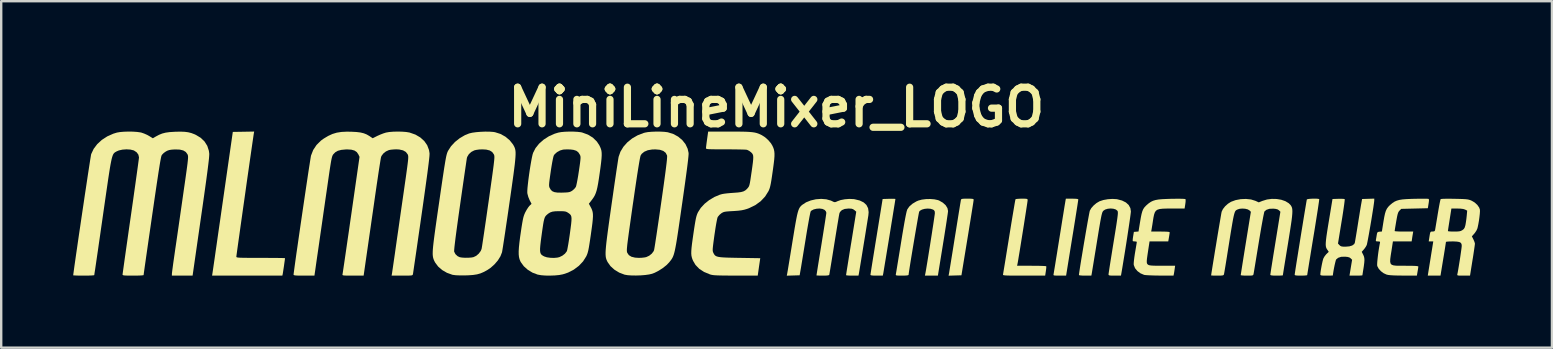
<source format=kicad_pcb>
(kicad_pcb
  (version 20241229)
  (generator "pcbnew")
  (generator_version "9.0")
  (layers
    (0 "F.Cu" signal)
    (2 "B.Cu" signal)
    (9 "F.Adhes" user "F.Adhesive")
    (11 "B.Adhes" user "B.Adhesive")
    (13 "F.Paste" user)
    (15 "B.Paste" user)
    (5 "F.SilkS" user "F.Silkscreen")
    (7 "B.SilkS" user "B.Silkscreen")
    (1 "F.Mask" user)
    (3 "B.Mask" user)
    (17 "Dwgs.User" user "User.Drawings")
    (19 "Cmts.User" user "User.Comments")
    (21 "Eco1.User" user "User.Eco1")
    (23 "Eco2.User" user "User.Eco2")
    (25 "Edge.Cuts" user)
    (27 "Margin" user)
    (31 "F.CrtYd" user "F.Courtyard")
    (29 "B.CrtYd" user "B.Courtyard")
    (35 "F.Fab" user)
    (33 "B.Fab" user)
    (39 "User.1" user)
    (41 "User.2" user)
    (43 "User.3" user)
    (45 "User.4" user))
  (footprint "MiniLineMixer_LOGO"
    (layer "F.Cu")
    (at 29.291 5.418)
    (property "Reference" "MiniLineMixer_LOGO" (at 0 -4 0) (layer "F.SilkS") (effects (font (size 1.524 1.524) (thickness 0.3))))
    (attr board_only exclude_from_pos_files exclude_from_bom)
    (fp_poly (pts (xy 4.896 -0.187) (xy 4.949 -0.183) (xy 4.959 -0.179) (xy 4.955 -0.149) (xy 4.943 -0.071) (xy 4.924 0.05) (xy 4.898 0.206) (xy 4.868 0.394) (xy 4.834 0.606) (xy 4.796 0.837) (xy 4.757 1.081) (xy 4.716 1.332) (xy 4.675 1.584) (xy 4.634 1.831) (xy 4.595 2.067) (xy 4.559 2.288) (xy 4.526 2.485) (xy 4.498 2.655) (xy 4.476 2.79) (xy 4.46 2.885) (xy 4.451 2.935) (xy 4.45 2.939) (xy 4.434 3.014) (xy 4.176 3.014) (xy 4.046 3.012) (xy 3.965 3.005) (xy 3.925 2.991) (xy 3.919 2.98) (xy 3.924 2.947) (xy 3.936 2.865) (xy 3.956 2.739) (xy 3.982 2.574) (xy 4.014 2.374) (xy 4.051 2.144) (xy 4.092 1.89) (xy 4.136 1.616) (xy 4.174 1.384) (xy 4.427 -0.178) (xy 4.693 -0.186) (xy 4.807 -0.188)) (stroke (width 0) (type solid)) (fill yes) (layer "F.SilkS"))
    (fp_poly (pts (xy 12.449 -0.189) (xy 12.531 -0.182) (xy 12.571 -0.169) (xy 12.577 -0.158) (xy 12.573 -0.125) (xy 12.561 -0.043) (xy 12.542 0.083) (xy 12.516 0.249) (xy 12.484 0.449) (xy 12.448 0.678) (xy 12.407 0.933) (xy 12.363 1.207) (xy 12.324 1.445) (xy 12.07 3.014) (xy 11.802 3.014) (xy 11.68 3.013) (xy 11.602 3.01) (xy 11.561 3.003) (xy 11.545 2.988) (xy 11.546 2.963) (xy 11.548 2.952) (xy 11.555 2.914) (xy 11.569 2.827) (xy 11.591 2.696) (xy 11.619 2.527) (xy 11.651 2.325) (xy 11.689 2.094) (xy 11.729 1.84) (xy 11.773 1.569) (xy 11.796 1.425) (xy 11.841 1.146) (xy 11.883 0.882) (xy 11.922 0.637) (xy 11.958 0.418) (xy 11.988 0.229) (xy 12.013 0.076) (xy 12.032 -0.036) (xy 12.043 -0.102) (xy 12.045 -0.116) (xy 12.06 -0.192) (xy 12.319 -0.192)) (stroke (width 0) (type solid)) (fill yes) (layer "F.SilkS"))
    (fp_poly (pts (xy 8.082 -0.191) (xy 8.159 -0.186) (xy 8.2 -0.177) (xy 8.217 -0.16) (xy 8.219 -0.144) (xy 8.214 -0.109) (xy 8.202 -0.024) (xy 8.182 0.104) (xy 8.155 0.272) (xy 8.123 0.473) (xy 8.086 0.704) (xy 8.044 0.959) (xy 8 1.233) (xy 7.964 1.452) (xy 7.71 3) (xy 7.442 3.008) (xy 7.174 3.016) (xy 7.189 2.94) (xy 7.197 2.899) (xy 7.211 2.809) (xy 7.233 2.675) (xy 7.261 2.504) (xy 7.294 2.299) (xy 7.332 2.066) (xy 7.373 1.811) (xy 7.416 1.539) (xy 7.439 1.397) (xy 7.484 1.119) (xy 7.526 0.856) (xy 7.565 0.613) (xy 7.6 0.395) (xy 7.631 0.208) (xy 7.655 0.057) (xy 7.674 -0.053) (xy 7.684 -0.117) (xy 7.687 -0.13) (xy 7.696 -0.159) (xy 7.717 -0.177) (xy 7.759 -0.187) (xy 7.834 -0.191) (xy 7.952 -0.192) (xy 7.96 -0.192)) (stroke (width 0) (type solid)) (fill yes) (layer "F.SilkS"))
    (fp_poly (pts (xy 22.495 -0.192) (xy 22.572 -0.185) (xy 22.612 -0.174) (xy 22.614 -0.171) (xy 22.612 -0.141) (xy 22.602 -0.062) (xy 22.584 0.062) (xy 22.56 0.225) (xy 22.529 0.423) (xy 22.493 0.65) (xy 22.453 0.903) (xy 22.409 1.176) (xy 22.37 1.411) (xy 22.323 1.697) (xy 22.279 1.966) (xy 22.239 2.215) (xy 22.202 2.438) (xy 22.171 2.63) (xy 22.146 2.786) (xy 22.127 2.902) (xy 22.116 2.973) (xy 22.113 2.993) (xy 22.087 3.002) (xy 22.018 3.009) (xy 21.919 3.013) (xy 21.852 3.014) (xy 21.724 3.012) (xy 21.644 3.006) (xy 21.602 2.994) (xy 21.591 2.977) (xy 21.596 2.943) (xy 21.608 2.861) (xy 21.627 2.736) (xy 21.652 2.575) (xy 21.682 2.385) (xy 21.717 2.169) (xy 21.754 1.936) (xy 21.794 1.689) (xy 21.834 1.437) (xy 21.875 1.183) (xy 21.916 0.935) (xy 21.954 0.699) (xy 21.99 0.479) (xy 22.023 0.282) (xy 22.051 0.115) (xy 22.073 -0.018) (xy 22.089 -0.11) (xy 22.097 -0.154) (xy 22.098 -0.158) (xy 22.129 -0.172) (xy 22.199 -0.183) (xy 22.293 -0.19) (xy 22.397 -0.193)) (stroke (width 0) (type solid)) (fill yes) (layer "F.SilkS"))
    (fp_poly (pts (xy -21.769 -2.898) (xy -21.777 -2.848) (xy -21.791 -2.751) (xy -21.812 -2.609) (xy -21.838 -2.429) (xy -21.869 -2.215) (xy -21.904 -1.971) (xy -21.943 -1.702) (xy -21.984 -1.413) (xy -22.028 -1.108) (xy -22.073 -0.792) (xy -22.118 -0.469) (xy -22.164 -0.145) (xy -22.21 0.176) (xy -22.254 0.491) (xy -22.297 0.793) (xy -22.337 1.078) (xy -22.374 1.343) (xy -22.408 1.581) (xy -22.437 1.789) (xy -22.461 1.962) (xy -22.479 2.095) (xy -22.491 2.184) (xy -22.495 2.224) (xy -22.496 2.225) (xy -22.493 2.238) (xy -22.481 2.248) (xy -22.456 2.256) (xy -22.411 2.263) (xy -22.342 2.267) (xy -22.243 2.27) (xy -22.11 2.272) (xy -21.937 2.274) (xy -21.719 2.274) (xy -21.482 2.274) (xy -21.252 2.275) (xy -21.041 2.276) (xy -20.854 2.277) (xy -20.697 2.279) (xy -20.576 2.281) (xy -20.498 2.284) (xy -20.468 2.287) (xy -20.468 2.287) (xy -20.472 2.323) (xy -20.482 2.399) (xy -20.497 2.503) (xy -20.513 2.62) (xy -20.531 2.737) (xy -20.547 2.841) (xy -20.559 2.919) (xy -20.565 2.952) (xy -20.579 3.014) (xy -23.506 3.014) (xy -23.492 2.925) (xy -23.486 2.886) (xy -23.473 2.797) (xy -23.453 2.661) (xy -23.427 2.481) (xy -23.395 2.262) (xy -23.359 2.007) (xy -23.317 1.719) (xy -23.272 1.403) (xy -23.223 1.062) (xy -23.17 0.699) (xy -23.116 0.319) (xy -23.06 -0.069) (xy -22.643 -2.973) (xy -22.198 -2.98) (xy -21.753 -2.988)) (stroke (width 0) (type solid)) (fill yes) (layer "F.SilkS"))
    (fp_poly (pts (xy 10.338 -0.191) (xy 10.41 -0.187) (xy 10.449 -0.178) (xy 10.464 -0.159) (xy 10.467 -0.129) (xy 10.467 -0.127) (xy 10.463 -0.089) (xy 10.451 -0.005) (xy 10.432 0.121) (xy 10.407 0.282) (xy 10.378 0.47) (xy 10.345 0.68) (xy 10.31 0.905) (xy 10.273 1.138) (xy 10.235 1.374) (xy 10.198 1.605) (xy 10.163 1.824) (xy 10.13 2.027) (xy 10.1 2.205) (xy 10.076 2.352) (xy 10.057 2.463) (xy 10.044 2.529) (xy 10.042 2.541) (xy 10.027 2.603) (xy 10.629 2.603) (xy 10.805 2.604) (xy 10.962 2.606) (xy 11.091 2.61) (xy 11.185 2.615) (xy 11.236 2.621) (xy 11.243 2.624) (xy 11.245 2.659) (xy 11.239 2.733) (xy 11.226 2.829) (xy 11.226 2.829) (xy 11.198 3.014) (xy 10.314 3.014) (xy 10.071 3.014) (xy 9.877 3.013) (xy 9.726 3.012) (xy 9.615 3.009) (xy 9.536 3.005) (xy 9.484 2.999) (xy 9.455 2.992) (xy 9.443 2.982) (xy 9.441 2.969) (xy 9.442 2.966) (xy 9.448 2.931) (xy 9.462 2.846) (xy 9.483 2.718) (xy 9.511 2.55) (xy 9.544 2.349) (xy 9.581 2.118) (xy 9.622 1.864) (xy 9.667 1.59) (xy 9.699 1.389) (xy 9.745 1.106) (xy 9.788 0.839) (xy 9.829 0.593) (xy 9.866 0.373) (xy 9.898 0.184) (xy 9.924 0.03) (xy 9.944 -0.082) (xy 9.957 -0.149) (xy 9.961 -0.166) (xy 9.994 -0.178) (xy 10.068 -0.186) (xy 10.17 -0.191) (xy 10.222 -0.192)) (stroke (width 0) (type solid)) (fill yes) (layer "F.SilkS"))
    (fp_poly (pts (xy 6.586 -0.164) (xy 6.733 -0.132) (xy 6.782 -0.113) (xy 6.935 -0.025) (xy 7.053 0.082) (xy 7.127 0.202) (xy 7.152 0.321) (xy 7.148 0.362) (xy 7.136 0.453) (xy 7.116 0.586) (xy 7.091 0.756) (xy 7.06 0.958) (xy 7.024 1.186) (xy 6.985 1.435) (xy 6.942 1.698) (xy 6.941 1.706) (xy 6.729 3.014) (xy 6.188 3.014) (xy 6.204 2.939) (xy 6.218 2.867) (xy 6.238 2.753) (xy 6.263 2.602) (xy 6.293 2.421) (xy 6.326 2.218) (xy 6.361 1.998) (xy 6.398 1.769) (xy 6.434 1.537) (xy 6.47 1.31) (xy 6.503 1.093) (xy 6.534 0.894) (xy 6.56 0.72) (xy 6.581 0.577) (xy 6.596 0.472) (xy 6.603 0.411) (xy 6.603 0.401) (xy 6.594 0.327) (xy 6.558 0.282) (xy 6.523 0.261) (xy 6.421 0.229) (xy 6.3 0.22) (xy 6.177 0.232) (xy 6.065 0.263) (xy 5.982 0.31) (xy 5.951 0.347) (xy 5.942 0.381) (xy 5.926 0.462) (xy 5.904 0.584) (xy 5.876 0.741) (xy 5.844 0.926) (xy 5.808 1.133) (xy 5.77 1.355) (xy 5.731 1.586) (xy 5.692 1.819) (xy 5.654 2.048) (xy 5.618 2.266) (xy 5.585 2.467) (xy 5.557 2.644) (xy 5.534 2.792) (xy 5.518 2.902) (xy 5.509 2.97) (xy 5.507 2.986) (xy 5.481 2.999) (xy 5.406 3.009) (xy 5.288 3.014) (xy 5.236 3.014) (xy 5.112 3.013) (xy 5.033 3.009) (xy 4.991 3.001) (xy 4.975 2.986) (xy 4.976 2.966) (xy 4.982 2.93) (xy 4.997 2.845) (xy 5.018 2.718) (xy 5.045 2.553) (xy 5.077 2.356) (xy 5.114 2.132) (xy 5.154 1.888) (xy 5.193 1.645) (xy 5.248 1.307) (xy 5.297 1.02) (xy 5.338 0.783) (xy 5.374 0.592) (xy 5.404 0.444) (xy 5.428 0.338) (xy 5.449 0.271) (xy 5.456 0.253) (xy 5.541 0.132) (xy 5.67 0.019) (xy 5.831 -0.077) (xy 5.914 -0.113) (xy 6.059 -0.152) (xy 6.232 -0.174) (xy 6.413 -0.178)) (stroke (width 0) (type solid)) (fill yes) (layer "F.SilkS"))
    (fp_poly (pts (xy 14.17 -0.172) (xy 14.193 -0.169) (xy 14.399 -0.115) (xy 14.561 -0.034) (xy 14.678 0.073) (xy 14.748 0.203) (xy 14.769 0.341) (xy 14.764 0.391) (xy 14.752 0.488) (xy 14.733 0.627) (xy 14.708 0.801) (xy 14.678 1.003) (xy 14.644 1.227) (xy 14.608 1.467) (xy 14.569 1.716) (xy 14.529 1.968) (xy 14.489 2.216) (xy 14.45 2.454) (xy 14.414 2.675) (xy 14.38 2.874) (xy 14.371 2.925) (xy 14.355 3.014) (xy 14.096 3.014) (xy 13.975 3.013) (xy 13.899 3.009) (xy 13.857 2.999) (xy 13.84 2.982) (xy 13.837 2.964) (xy 13.841 2.927) (xy 13.854 2.842) (xy 13.873 2.714) (xy 13.899 2.549) (xy 13.93 2.352) (xy 13.966 2.129) (xy 14.005 1.884) (xy 14.044 1.646) (xy 14.092 1.349) (xy 14.132 1.102) (xy 14.164 0.9) (xy 14.188 0.737) (xy 14.206 0.61) (xy 14.218 0.512) (xy 14.225 0.44) (xy 14.226 0.389) (xy 14.223 0.353) (xy 14.217 0.329) (xy 14.208 0.313) (xy 14.144 0.26) (xy 14.044 0.228) (xy 13.926 0.217) (xy 13.805 0.228) (xy 13.698 0.261) (xy 13.624 0.31) (xy 13.607 0.329) (xy 13.592 0.354) (xy 13.576 0.389) (xy 13.561 0.44) (xy 13.543 0.511) (xy 13.524 0.606) (xy 13.5 0.732) (xy 13.472 0.893) (xy 13.438 1.093) (xy 13.398 1.338) (xy 13.354 1.608) (xy 13.313 1.864) (xy 13.273 2.106) (xy 13.237 2.327) (xy 13.205 2.523) (xy 13.178 2.687) (xy 13.157 2.813) (xy 13.144 2.895) (xy 13.139 2.925) (xy 13.122 3.014) (xy 12.863 3.014) (xy 12.752 3.012) (xy 12.664 3.005) (xy 12.613 2.996) (xy 12.604 2.99) (xy 12.609 2.945) (xy 12.622 2.852) (xy 12.642 2.719) (xy 12.668 2.552) (xy 12.699 2.358) (xy 12.735 2.144) (xy 12.773 1.915) (xy 12.812 1.679) (xy 12.853 1.442) (xy 12.892 1.211) (xy 12.93 0.993) (xy 12.965 0.793) (xy 12.997 0.619) (xy 13.023 0.478) (xy 13.043 0.375) (xy 13.055 0.318) (xy 13.058 0.31) (xy 13.118 0.203) (xy 13.216 0.092) (xy 13.335 -0.008) (xy 13.461 -0.082) (xy 13.467 -0.085) (xy 13.623 -0.136) (xy 13.807 -0.169) (xy 13.998 -0.182)) (stroke (width 0) (type solid)) (fill yes) (layer "F.SilkS"))
    (fp_poly (pts (xy 16.901 -0.187) (xy 16.991 -0.182) (xy 17.038 -0.176) (xy 17.042 -0.174) (xy 17.049 -0.137) (xy 17.047 -0.062) (xy 17.035 0.034) (xy 17.035 0.034) (xy 17.006 0.219) (xy 16.484 0.219) (xy 16.267 0.22) (xy 16.098 0.225) (xy 15.971 0.239) (xy 15.877 0.267) (xy 15.811 0.312) (xy 15.766 0.38) (xy 15.734 0.474) (xy 15.708 0.6) (xy 15.686 0.74) (xy 15.667 0.868) (xy 15.648 0.982) (xy 15.634 1.069) (xy 15.628 1.103) (xy 15.614 1.178) (xy 16 1.178) (xy 16.167 1.18) (xy 16.284 1.185) (xy 16.355 1.193) (xy 16.384 1.206) (xy 16.385 1.21) (xy 16.381 1.252) (xy 16.369 1.331) (xy 16.355 1.416) (xy 16.325 1.589) (xy 15.546 1.589) (xy 15.486 1.98) (xy 15.459 2.161) (xy 15.44 2.297) (xy 15.431 2.394) (xy 15.431 2.461) (xy 15.44 2.506) (xy 15.458 2.536) (xy 15.485 2.559) (xy 15.487 2.56) (xy 15.518 2.576) (xy 15.566 2.587) (xy 15.638 2.595) (xy 15.741 2.6) (xy 15.885 2.602) (xy 16.075 2.603) (xy 16.079 2.603) (xy 16.611 2.603) (xy 16.593 2.733) (xy 16.579 2.829) (xy 16.565 2.916) (xy 16.56 2.939) (xy 16.545 3.014) (xy 15.979 3.012) (xy 15.802 3.01) (xy 15.639 3.005) (xy 15.498 2.999) (xy 15.391 2.992) (xy 15.327 2.984) (xy 15.321 2.983) (xy 15.166 2.917) (xy 15.037 2.821) (xy 14.942 2.705) (xy 14.891 2.576) (xy 14.887 2.554) (xy 14.887 2.491) (xy 14.896 2.387) (xy 14.912 2.254) (xy 14.934 2.105) (xy 14.945 2.041) (xy 14.969 1.897) (xy 14.99 1.772) (xy 15.006 1.677) (xy 15.014 1.62) (xy 15.015 1.61) (xy 14.992 1.595) (xy 14.938 1.589) (xy 14.877 1.585) (xy 14.846 1.575) (xy 14.844 1.544) (xy 14.849 1.473) (xy 14.862 1.379) (xy 14.863 1.377) (xy 14.893 1.192) (xy 14.99 1.184) (xy 15.087 1.176) (xy 15.15 0.787) (xy 15.183 0.594) (xy 15.213 0.447) (xy 15.245 0.334) (xy 15.282 0.247) (xy 15.328 0.176) (xy 15.387 0.111) (xy 15.431 0.07) (xy 15.518 -0.004) (xy 15.602 -0.061) (xy 15.693 -0.104) (xy 15.798 -0.136) (xy 15.926 -0.158) (xy 16.086 -0.172) (xy 16.287 -0.181) (xy 16.449 -0.186) (xy 16.621 -0.188) (xy 16.774 -0.189)) (stroke (width 0) (type solid)) (fill yes) (layer "F.SilkS"))
    (fp_poly (pts (xy 27.021 -0.19) (xy 27.112 -0.188) (xy 27.159 -0.185) (xy 27.163 -0.184) (xy 27.181 -0.167) (xy 27.187 -0.127) (xy 27.18 -0.053) (xy 27.169 0.018) (xy 27.139 0.206) (xy 26.031 0.233) (xy 25.958 0.306) (xy 25.928 0.342) (xy 25.903 0.388) (xy 25.881 0.454) (xy 25.859 0.55) (xy 25.834 0.686) (xy 25.821 0.758) (xy 25.798 0.896) (xy 25.778 1.015) (xy 25.764 1.104) (xy 25.757 1.152) (xy 25.757 1.158) (xy 25.782 1.165) (xy 25.853 1.171) (xy 25.959 1.176) (xy 26.09 1.178) (xy 26.143 1.178) (xy 26.53 1.178) (xy 26.515 1.267) (xy 26.5 1.354) (xy 26.484 1.455) (xy 26.482 1.473) (xy 26.464 1.589) (xy 25.684 1.589) (xy 25.624 1.98) (xy 25.593 2.172) (xy 25.573 2.321) (xy 25.569 2.43) (xy 25.586 2.507) (xy 25.629 2.558) (xy 25.705 2.586) (xy 25.818 2.6) (xy 25.974 2.603) (xy 26.178 2.603) (xy 26.214 2.603) (xy 26.412 2.604) (xy 26.56 2.607) (xy 26.661 2.613) (xy 26.72 2.622) (xy 26.742 2.633) (xy 26.743 2.635) (xy 26.738 2.677) (xy 26.727 2.756) (xy 26.712 2.841) (xy 26.682 3.014) (xy 26.116 3.012) (xy 25.894 3.01) (xy 25.72 3.005) (xy 25.588 2.997) (xy 25.49 2.986) (xy 25.421 2.97) (xy 25.42 2.97) (xy 25.298 2.914) (xy 25.184 2.829) (xy 25.093 2.728) (xy 25.037 2.625) (xy 25.029 2.595) (xy 25.027 2.535) (xy 25.033 2.433) (xy 25.046 2.302) (xy 25.063 2.152) (xy 25.084 1.996) (xy 25.108 1.846) (xy 25.131 1.715) (xy 25.145 1.651) (xy 25.148 1.61) (xy 25.123 1.593) (xy 25.061 1.589) (xy 24.997 1.586) (xy 24.973 1.567) (xy 24.976 1.52) (xy 24.977 1.514) (xy 24.991 1.439) (xy 25.007 1.343) (xy 25.011 1.315) (xy 25.027 1.239) (xy 25.05 1.202) (xy 25.095 1.187) (xy 25.128 1.184) (xy 25.225 1.176) (xy 25.289 0.773) (xy 25.322 0.58) (xy 25.354 0.431) (xy 25.389 0.317) (xy 25.432 0.228) (xy 25.486 0.152) (xy 25.555 0.081) (xy 25.58 0.059) (xy 25.667 -0.012) (xy 25.752 -0.068) (xy 25.845 -0.109) (xy 25.953 -0.14) (xy 26.086 -0.161) (xy 26.252 -0.174) (xy 26.46 -0.183) (xy 26.571 -0.186) (xy 26.741 -0.189) (xy 26.894 -0.19)) (stroke (width 0) (type solid)) (fill yes) (layer "F.SilkS"))
    (fp_poly (pts (xy 24.907 -0.122) (xy 24.902 -0.068) (xy 24.889 0.031) (xy 24.87 0.166) (xy 24.844 0.33) (xy 24.815 0.513) (xy 24.783 0.709) (xy 24.749 0.909) (xy 24.715 1.105) (xy 24.683 1.289) (xy 24.653 1.452) (xy 24.627 1.587) (xy 24.607 1.685) (xy 24.594 1.738) (xy 24.592 1.742) (xy 24.552 1.816) (xy 24.493 1.899) (xy 24.471 1.925) (xy 24.385 2.023) (xy 24.443 2.136) (xy 24.474 2.206) (xy 24.492 2.279) (xy 24.498 2.366) (xy 24.49 2.479) (xy 24.471 2.629) (xy 24.457 2.719) (xy 24.438 2.834) (xy 24.424 2.927) (xy 24.415 2.986) (xy 24.414 3) (xy 24.388 3.006) (xy 24.32 3.011) (xy 24.22 3.013) (xy 24.144 3.014) (xy 23.875 3.014) (xy 23.929 2.684) (xy 23.984 2.353) (xy 23.925 2.294) (xy 23.872 2.257) (xy 23.794 2.235) (xy 23.692 2.225) (xy 23.529 2.23) (xy 23.404 2.271) (xy 23.319 2.341) (xy 23.304 2.379) (xy 23.283 2.459) (xy 23.258 2.566) (xy 23.233 2.687) (xy 23.21 2.81) (xy 23.192 2.922) (xy 23.181 3.007) (xy 23.156 3.01) (xy 23.087 3.012) (xy 22.987 3.014) (xy 22.92 3.014) (xy 22.798 3.013) (xy 22.72 3.008) (xy 22.678 2.998) (xy 22.662 2.981) (xy 22.66 2.969) (xy 22.666 2.895) (xy 22.681 2.786) (xy 22.704 2.657) (xy 22.729 2.527) (xy 22.755 2.41) (xy 22.779 2.323) (xy 22.788 2.297) (xy 22.836 2.212) (xy 22.903 2.127) (xy 22.921 2.109) (xy 23.011 2.022) (xy 22.945 1.925) (xy 22.92 1.885) (xy 22.902 1.841) (xy 22.89 1.788) (xy 22.885 1.72) (xy 22.888 1.633) (xy 22.898 1.519) (xy 22.916 1.374) (xy 22.943 1.192) (xy 22.978 0.968) (xy 23.023 0.696) (xy 23.025 0.685) (xy 23.167 -0.178) (xy 23.411 -0.186) (xy 23.522 -0.187) (xy 23.612 -0.184) (xy 23.666 -0.177) (xy 23.675 -0.172) (xy 23.676 -0.141) (xy 23.668 -0.062) (xy 23.653 0.058) (xy 23.631 0.213) (xy 23.604 0.396) (xy 23.572 0.601) (xy 23.545 0.763) (xy 23.396 1.677) (xy 23.457 1.743) (xy 23.497 1.778) (xy 23.545 1.798) (xy 23.617 1.807) (xy 23.713 1.808) (xy 23.868 1.795) (xy 23.989 1.759) (xy 24.068 1.701) (xy 24.095 1.653) (xy 24.103 1.613) (xy 24.118 1.527) (xy 24.139 1.402) (xy 24.165 1.247) (xy 24.194 1.069) (xy 24.22 0.904) (xy 24.252 0.703) (xy 24.284 0.508) (xy 24.312 0.331) (xy 24.337 0.181) (xy 24.356 0.067) (xy 24.366 0.014) (xy 24.4 -0.178) (xy 24.654 -0.186) (xy 24.907 -0.194)) (stroke (width 0) (type solid)) (fill yes) (layer "F.SilkS"))
    (fp_poly (pts (xy 28.216 -0.187) (xy 28.254 -0.186) (xy 28.446 -0.182) (xy 28.593 -0.177) (xy 28.703 -0.171) (xy 28.785 -0.162) (xy 28.848 -0.149) (xy 28.902 -0.133) (xy 28.955 -0.111) (xy 29.088 -0.034) (xy 29.199 0.067) (xy 29.277 0.178) (xy 29.307 0.261) (xy 29.31 0.332) (xy 29.303 0.441) (xy 29.288 0.576) (xy 29.268 0.723) (xy 29.243 0.866) (xy 29.217 0.993) (xy 29.202 1.05) (xy 29.165 1.133) (xy 29.105 1.225) (xy 29.072 1.266) (xy 28.973 1.378) (xy 29.036 1.502) (xy 29.073 1.586) (xy 29.096 1.658) (xy 29.1 1.683) (xy 29.096 1.725) (xy 29.084 1.814) (xy 29.066 1.939) (xy 29.043 2.094) (xy 29.016 2.269) (xy 28.998 2.377) (xy 28.896 3.014) (xy 28.625 3.014) (xy 28.501 3.014) (xy 28.423 3.011) (xy 28.381 3.003) (xy 28.365 2.988) (xy 28.366 2.964) (xy 28.369 2.95) (xy 28.383 2.884) (xy 28.402 2.778) (xy 28.425 2.642) (xy 28.45 2.487) (xy 28.476 2.325) (xy 28.5 2.165) (xy 28.521 2.018) (xy 28.538 1.895) (xy 28.548 1.807) (xy 28.551 1.768) (xy 28.542 1.696) (xy 28.51 1.646) (xy 28.448 1.613) (xy 28.347 1.596) (xy 28.202 1.589) (xy 28.161 1.589) (xy 28.048 1.591) (xy 27.958 1.596) (xy 27.904 1.604) (xy 27.893 1.61) (xy 27.889 1.641) (xy 27.877 1.72) (xy 27.859 1.837) (xy 27.835 1.986) (xy 27.807 2.16) (xy 27.78 2.322) (xy 27.666 3.014) (xy 27.136 3.014) (xy 27.214 2.528) (xy 27.243 2.351) (xy 27.271 2.174) (xy 27.297 2.012) (xy 27.319 1.88) (xy 27.329 1.815) (xy 27.365 1.589) (xy 27.176 1.589) (xy 27.194 1.473) (xy 27.214 1.343) (xy 27.229 1.259) (xy 27.244 1.209) (xy 27.263 1.186) (xy 27.291 1.178) (xy 27.332 1.178) (xy 27.334 1.178) (xy 27.402 1.17) (xy 27.414 1.158) (xy 27.975 1.158) (xy 28.001 1.167) (xy 28.069 1.174) (xy 28.168 1.178) (xy 28.232 1.178) (xy 28.359 1.176) (xy 28.447 1.169) (xy 28.509 1.154) (xy 28.562 1.128) (xy 28.581 1.116) (xy 28.638 1.07) (xy 28.673 1.014) (xy 28.699 0.93) (xy 28.708 0.89) (xy 28.727 0.775) (xy 28.746 0.638) (xy 28.759 0.516) (xy 28.778 0.307) (xy 28.693 0.263) (xy 28.613 0.237) (xy 28.493 0.223) (xy 28.364 0.219) (xy 28.12 0.219) (xy 28.048 0.678) (xy 28.024 0.831) (xy 28.003 0.964) (xy 27.987 1.07) (xy 27.978 1.137) (xy 27.975 1.158) (xy 27.414 1.158) (xy 27.433 1.139) (xy 27.44 1.117) (xy 27.448 1.072) (xy 27.463 0.983) (xy 27.484 0.856) (xy 27.51 0.702) (xy 27.539 0.529) (xy 27.551 0.452) (xy 27.581 0.276) (xy 27.609 0.118) (xy 27.634 -0.013) (xy 27.655 -0.111) (xy 27.669 -0.166) (xy 27.673 -0.174) (xy 27.707 -0.181) (xy 27.786 -0.186) (xy 27.904 -0.189) (xy 28.05 -0.189)) (stroke (width 0) (type solid)) (fill yes) (layer "F.SilkS"))
    (fp_poly (pts (xy 2.079 -0.166) (xy 2.268 -0.114) (xy 2.327 -0.086) (xy 2.396 -0.053) (xy 2.443 -0.046) (xy 2.497 -0.063) (xy 2.538 -0.083) (xy 2.68 -0.134) (xy 2.853 -0.167) (xy 3.04 -0.182) (xy 3.218 -0.174) (xy 3.265 -0.167) (xy 3.475 -0.115) (xy 3.637 -0.036) (xy 3.752 0.07) (xy 3.821 0.205) (xy 3.844 0.369) (xy 3.833 0.502) (xy 3.803 0.688) (xy 3.769 0.898) (xy 3.733 1.125) (xy 3.695 1.362) (xy 3.655 1.605) (xy 3.616 1.845) (xy 3.579 2.077) (xy 3.543 2.294) (xy 3.511 2.49) (xy 3.483 2.659) (xy 3.461 2.794) (xy 3.445 2.888) (xy 3.437 2.936) (xy 3.436 2.939) (xy 3.421 3.014) (xy 3.163 3.014) (xy 3.051 3.012) (xy 2.964 3.007) (xy 2.912 2.999) (xy 2.904 2.993) (xy 2.908 2.963) (xy 2.92 2.884) (xy 2.939 2.761) (xy 2.965 2.601) (xy 2.996 2.407) (xy 3.031 2.186) (xy 3.07 1.942) (xy 3.112 1.682) (xy 3.116 1.662) (xy 3.328 0.35) (xy 3.252 0.285) (xy 3.197 0.247) (xy 3.133 0.226) (xy 3.04 0.22) (xy 3.003 0.219) (xy 2.848 0.236) (xy 2.729 0.285) (xy 2.651 0.364) (xy 2.625 0.425) (xy 2.617 0.469) (xy 2.6 0.56) (xy 2.578 0.694) (xy 2.549 0.865) (xy 2.516 1.066) (xy 2.479 1.292) (xy 2.44 1.536) (xy 2.409 1.726) (xy 2.369 1.979) (xy 2.331 2.215) (xy 2.296 2.43) (xy 2.265 2.617) (xy 2.24 2.771) (xy 2.22 2.887) (xy 2.208 2.958) (xy 2.204 2.98) (xy 2.178 2.998) (xy 2.111 3.009) (xy 1.996 3.014) (xy 1.933 3.014) (xy 1.821 3.013) (xy 1.733 3.01) (xy 1.68 3.006) (xy 1.671 3.003) (xy 1.676 2.975) (xy 1.688 2.898) (xy 1.707 2.777) (xy 1.732 2.618) (xy 1.763 2.427) (xy 1.798 2.208) (xy 1.837 1.968) (xy 1.877 1.722) (xy 1.918 1.463) (xy 1.957 1.22) (xy 1.992 0.997) (xy 2.023 0.801) (xy 2.048 0.636) (xy 2.067 0.51) (xy 2.079 0.426) (xy 2.082 0.392) (xy 2.062 0.335) (xy 2.012 0.278) (xy 2.01 0.276) (xy 1.92 0.235) (xy 1.802 0.219) (xy 1.673 0.227) (xy 1.553 0.257) (xy 1.459 0.307) (xy 1.433 0.333) (xy 1.421 0.368) (xy 1.402 0.451) (xy 1.377 0.576) (xy 1.348 0.737) (xy 1.314 0.927) (xy 1.277 1.141) (xy 1.239 1.372) (xy 1.233 1.412) (xy 1.193 1.658) (xy 1.154 1.897) (xy 1.117 2.123) (xy 1.084 2.327) (xy 1.055 2.501) (xy 1.033 2.637) (xy 1.018 2.726) (xy 0.97 3) (xy 0.434 3.016) (xy 0.45 2.94) (xy 0.457 2.898) (xy 0.473 2.807) (xy 0.495 2.674) (xy 0.523 2.504) (xy 0.556 2.303) (xy 0.593 2.077) (xy 0.633 1.832) (xy 0.668 1.615) (xy 0.719 1.304) (xy 0.762 1.041) (xy 0.8 0.823) (xy 0.833 0.645) (xy 0.862 0.501) (xy 0.89 0.387) (xy 0.917 0.299) (xy 0.944 0.23) (xy 0.973 0.177) (xy 1.005 0.134) (xy 1.041 0.097) (xy 1.074 0.068) (xy 1.238 -0.04) (xy 1.434 -0.118) (xy 1.648 -0.167) (xy 1.867 -0.183)) (stroke (width 0) (type solid)) (fill yes) (layer "F.SilkS"))
    (fp_poly (pts (xy 20.84 -0.179) (xy 21.032 -0.147) (xy 21.203 -0.088) (xy 21.342 -0.004) (xy 21.419 0.073) (xy 21.446 0.113) (xy 21.468 0.154) (xy 21.484 0.203) (xy 21.493 0.264) (xy 21.496 0.341) (xy 21.492 0.439) (xy 21.481 0.564) (xy 21.462 0.719) (xy 21.434 0.91) (xy 21.399 1.14) (xy 21.355 1.416) (xy 21.306 1.721) (xy 21.264 1.977) (xy 21.225 2.217) (xy 21.189 2.435) (xy 21.158 2.625) (xy 21.133 2.782) (xy 21.114 2.9) (xy 21.102 2.976) (xy 21.098 3.002) (xy 21.073 3.007) (xy 21.004 3.011) (xy 20.905 3.014) (xy 20.838 3.014) (xy 20.707 3.012) (xy 20.624 3.004) (xy 20.583 2.991) (xy 20.577 2.98) (xy 20.581 2.947) (xy 20.593 2.865) (xy 20.612 2.74) (xy 20.638 2.577) (xy 20.669 2.381) (xy 20.704 2.159) (xy 20.744 1.915) (xy 20.786 1.655) (xy 20.787 1.649) (xy 20.997 0.352) (xy 20.939 0.294) (xy 20.885 0.257) (xy 20.806 0.235) (xy 20.706 0.224) (xy 20.541 0.23) (xy 20.415 0.272) (xy 20.334 0.339) (xy 20.322 0.374) (xy 20.304 0.457) (xy 20.278 0.584) (xy 20.248 0.747) (xy 20.212 0.943) (xy 20.174 1.165) (xy 20.133 1.408) (xy 20.095 1.636) (xy 20.053 1.893) (xy 20.013 2.135) (xy 19.977 2.357) (xy 19.945 2.552) (xy 19.918 2.715) (xy 19.897 2.84) (xy 19.883 2.921) (xy 19.877 2.952) (xy 19.868 2.981) (xy 19.848 2.999) (xy 19.806 3.009) (xy 19.731 3.013) (xy 19.613 3.014) (xy 19.604 3.014) (xy 19.493 3.012) (xy 19.405 3.007) (xy 19.353 2.999) (xy 19.344 2.993) (xy 19.348 2.963) (xy 19.361 2.884) (xy 19.38 2.761) (xy 19.405 2.601) (xy 19.436 2.407) (xy 19.471 2.186) (xy 19.51 1.943) (xy 19.552 1.682) (xy 19.555 1.664) (xy 19.767 0.355) (xy 19.707 0.295) (xy 19.635 0.254) (xy 19.53 0.228) (xy 19.41 0.22) (xy 19.297 0.23) (xy 19.217 0.256) (xy 19.189 0.269) (xy 19.164 0.282) (xy 19.143 0.298) (xy 19.123 0.32) (xy 19.105 0.353) (xy 19.087 0.401) (xy 19.068 0.467) (xy 19.047 0.554) (xy 19.024 0.668) (xy 18.998 0.812) (xy 18.968 0.989) (xy 18.932 1.203) (xy 18.891 1.459) (xy 18.843 1.761) (xy 18.787 2.111) (xy 18.768 2.233) (xy 18.737 2.423) (xy 18.709 2.596) (xy 18.684 2.745) (xy 18.664 2.862) (xy 18.65 2.939) (xy 18.644 2.966) (xy 18.629 2.989) (xy 18.597 3.003) (xy 18.536 3.011) (xy 18.436 3.014) (xy 18.37 3.014) (xy 18.259 3.013) (xy 18.171 3.011) (xy 18.12 3.007) (xy 18.112 3.005) (xy 18.116 2.969) (xy 18.128 2.887) (xy 18.148 2.763) (xy 18.173 2.604) (xy 18.203 2.418) (xy 18.237 2.21) (xy 18.273 1.986) (xy 18.312 1.755) (xy 18.35 1.521) (xy 18.388 1.291) (xy 18.425 1.072) (xy 18.459 0.871) (xy 18.489 0.694) (xy 18.514 0.547) (xy 18.533 0.436) (xy 18.546 0.37) (xy 18.549 0.353) (xy 18.603 0.241) (xy 18.695 0.124) (xy 18.812 0.019) (xy 18.94 -0.062) (xy 19.132 -0.132) (xy 19.345 -0.172) (xy 19.563 -0.181) (xy 19.772 -0.159) (xy 19.953 -0.103) (xy 19.963 -0.099) (xy 20.096 -0.038) (xy 20.247 -0.099) (xy 20.437 -0.157) (xy 20.638 -0.183)) (stroke (width 0) (type solid)) (fill yes) (layer "F.SilkS"))
    (fp_poly (pts (xy -4.839 -2.985) (xy -4.674 -2.977) (xy -4.539 -2.961) (xy -4.516 -2.956) (xy -4.29 -2.885) (xy -4.089 -2.775) (xy -3.919 -2.632) (xy -3.785 -2.463) (xy -3.695 -2.272) (xy -3.656 -2.096) (xy -3.656 -2.044) (xy -3.663 -1.95) (xy -3.677 -1.813) (xy -3.699 -1.63) (xy -3.728 -1.401) (xy -3.765 -1.125) (xy -3.81 -0.798) (xy -3.863 -0.421) (xy -3.924 0.009) (xy -3.928 0.033) (xy -3.984 0.423) (xy -4.033 0.764) (xy -4.076 1.058) (xy -4.114 1.309) (xy -4.147 1.522) (xy -4.177 1.701) (xy -4.205 1.85) (xy -4.23 1.972) (xy -4.255 2.072) (xy -4.279 2.153) (xy -4.305 2.22) (xy -4.332 2.276) (xy -4.362 2.326) (xy -4.395 2.373) (xy -4.433 2.421) (xy -4.46 2.456) (xy -4.575 2.575) (xy -4.727 2.696) (xy -4.897 2.806) (xy -5.069 2.895) (xy -5.173 2.935) (xy -5.299 2.965) (xy -5.463 2.988) (xy -5.649 3.003) (xy -5.842 3.009) (xy -6.028 3.007) (xy -6.191 2.996) (xy -6.317 2.975) (xy -6.327 2.972) (xy -6.547 2.888) (xy -6.744 2.768) (xy -6.908 2.62) (xy -7.029 2.45) (xy -7.045 2.419) (xy -7.067 2.371) (xy -7.086 2.322) (xy -7.1 2.269) (xy -7.109 2.208) (xy -7.114 2.134) (xy -7.114 2.043) (xy -7.109 1.942) (xy -6.228 1.942) (xy -6.227 1.986) (xy -6.224 2.018) (xy -6.218 2.043) (xy -6.21 2.064) (xy -6.144 2.161) (xy -6.037 2.227) (xy -5.887 2.264) (xy -5.73 2.274) (xy -5.613 2.27) (xy -5.502 2.258) (xy -5.423 2.243) (xy -5.298 2.185) (xy -5.19 2.099) (xy -5.114 1.998) (xy -5.095 1.951) (xy -5.086 1.907) (xy -5.07 1.814) (xy -5.048 1.676) (xy -5.021 1.497) (xy -4.988 1.283) (xy -4.952 1.038) (xy -4.912 0.768) (xy -4.869 0.475) (xy -4.825 0.166) (xy -4.797 -0.027) (xy -4.741 -0.42) (xy -4.693 -0.761) (xy -4.653 -1.054) (xy -4.62 -1.301) (xy -4.594 -1.506) (xy -4.574 -1.671) (xy -4.56 -1.799) (xy -4.553 -1.893) (xy -4.55 -1.956) (xy -4.553 -1.99) (xy -4.553 -1.991) (xy -4.609 -2.101) (xy -4.708 -2.18) (xy -4.85 -2.228) (xy -5.037 -2.245) (xy -5.179 -2.24) (xy -5.355 -2.21) (xy -5.501 -2.148) (xy -5.609 -2.06) (xy -5.652 -1.995) (xy -5.667 -1.946) (xy -5.688 -1.843) (xy -5.716 -1.686) (xy -5.751 -1.475) (xy -5.793 -1.21) (xy -5.841 -0.892) (xy -5.896 -0.521) (xy -5.957 -0.097) (xy -5.976 0.029) (xy -6.029 0.4) (xy -6.074 0.72) (xy -6.113 0.995) (xy -6.145 1.226) (xy -6.171 1.419) (xy -6.192 1.578) (xy -6.208 1.705) (xy -6.218 1.806) (xy -6.225 1.884) (xy -6.228 1.942) (xy -7.109 1.942) (xy -7.108 1.932) (xy -7.097 1.797) (xy -7.08 1.633) (xy -7.056 1.436) (xy -7.026 1.203) (xy -6.989 0.93) (xy -6.945 0.613) (xy -6.893 0.247) (xy -6.866 0.055) (xy -6.82 -0.261) (xy -6.777 -0.564) (xy -6.736 -0.849) (xy -6.697 -1.111) (xy -6.663 -1.346) (xy -6.632 -1.548) (xy -6.607 -1.713) (xy -6.588 -1.836) (xy -6.575 -1.912) (xy -6.572 -1.932) (xy -6.496 -2.148) (xy -6.373 -2.352) (xy -6.208 -2.538) (xy -6.008 -2.7) (xy -5.779 -2.832) (xy -5.527 -2.929) (xy -5.467 -2.945) (xy -5.349 -2.966) (xy -5.194 -2.979) (xy -5.018 -2.986)) (stroke (width 0) (type solid)) (fill yes) (layer "F.SilkS"))
    (fp_poly (pts (xy -11.947 -2.983) (xy -11.791 -2.972) (xy -11.719 -2.96) (xy -11.495 -2.889) (xy -11.288 -2.775) (xy -11.11 -2.626) (xy -10.97 -2.45) (xy -10.931 -2.381) (xy -10.909 -2.336) (xy -10.892 -2.291) (xy -10.878 -2.241) (xy -10.868 -2.183) (xy -10.863 -2.113) (xy -10.863 -2.026) (xy -10.869 -1.92) (xy -10.88 -1.789) (xy -10.896 -1.631) (xy -10.92 -1.44) (xy -10.949 -1.214) (xy -10.986 -0.948) (xy -11.029 -0.639) (xy -11.08 -0.282) (xy -11.122 0.007) (xy -11.168 0.328) (xy -11.213 0.635) (xy -11.256 0.924) (xy -11.295 1.19) (xy -11.331 1.429) (xy -11.363 1.636) (xy -11.389 1.806) (xy -11.41 1.934) (xy -11.424 2.016) (xy -11.429 2.043) (xy -11.494 2.208) (xy -11.6 2.379) (xy -11.74 2.542) (xy -11.902 2.688) (xy -12.041 2.782) (xy -12.189 2.862) (xy -12.327 2.921) (xy -12.469 2.961) (xy -12.63 2.986) (xy -12.822 3) (xy -12.947 3.004) (xy -13.175 3.005) (xy -13.351 2.998) (xy -13.475 2.982) (xy -13.499 2.977) (xy -13.722 2.897) (xy -13.922 2.781) (xy -14.089 2.636) (xy -14.215 2.467) (xy -14.254 2.391) (xy -14.274 2.344) (xy -14.29 2.297) (xy -14.303 2.246) (xy -14.311 2.188) (xy -14.316 2.118) (xy -14.315 2.033) (xy -14.314 2.002) (xy -13.423 2.002) (xy -13.421 2.017) (xy -13.369 2.119) (xy -13.28 2.203) (xy -13.19 2.246) (xy -13.096 2.262) (xy -12.97 2.27) (xy -12.833 2.269) (xy -12.706 2.26) (xy -12.618 2.244) (xy -12.503 2.189) (xy -12.397 2.098) (xy -12.315 1.987) (xy -12.28 1.903) (xy -12.272 1.858) (xy -12.256 1.764) (xy -12.235 1.624) (xy -12.208 1.445) (xy -12.176 1.23) (xy -12.14 0.984) (xy -12.1 0.713) (xy -12.058 0.42) (xy -12.014 0.111) (xy -11.987 -0.073) (xy -11.936 -0.436) (xy -11.892 -0.749) (xy -11.854 -1.016) (xy -11.823 -1.241) (xy -11.798 -1.427) (xy -11.778 -1.579) (xy -11.764 -1.701) (xy -11.754 -1.796) (xy -11.748 -1.869) (xy -11.746 -1.923) (xy -11.748 -1.963) (xy -11.752 -1.993) (xy -11.759 -2.016) (xy -11.768 -2.036) (xy -11.771 -2.042) (xy -11.838 -2.136) (xy -11.941 -2.2) (xy -12.084 -2.236) (xy -12.25 -2.246) (xy -12.384 -2.24) (xy -12.51 -2.222) (xy -12.585 -2.203) (xy -12.708 -2.139) (xy -12.81 -2.045) (xy -12.877 -1.934) (xy -12.893 -1.882) (xy -12.899 -1.84) (xy -12.913 -1.748) (xy -12.933 -1.611) (xy -12.959 -1.434) (xy -12.99 -1.222) (xy -13.025 -0.979) (xy -13.064 -0.709) (xy -13.106 -0.418) (xy -13.15 -0.11) (xy -13.176 0.073) (xy -13.236 0.494) (xy -13.287 0.863) (xy -13.33 1.179) (xy -13.365 1.443) (xy -13.391 1.657) (xy -13.41 1.821) (xy -13.42 1.935) (xy -13.423 2.002) (xy -14.314 2.002) (xy -14.31 1.928) (xy -14.299 1.8) (xy -14.282 1.645) (xy -14.259 1.458) (xy -14.23 1.237) (xy -14.194 0.977) (xy -14.151 0.674) (xy -14.101 0.325) (xy -14.047 -0.043) (xy -13.993 -0.42) (xy -13.945 -0.746) (xy -13.904 -1.025) (xy -13.868 -1.263) (xy -13.838 -1.462) (xy -13.811 -1.627) (xy -13.789 -1.761) (xy -13.769 -1.869) (xy -13.752 -1.955) (xy -13.736 -2.022) (xy -13.721 -2.075) (xy -13.706 -2.118) (xy -13.691 -2.154) (xy -13.676 -2.185) (xy -13.553 -2.376) (xy -13.387 -2.555) (xy -13.189 -2.712) (xy -12.972 -2.839) (xy -12.798 -2.909) (xy -12.672 -2.939) (xy -12.507 -2.962) (xy -12.321 -2.977) (xy -12.129 -2.985)) (stroke (width 0) (type solid)) (fill yes) (layer "F.SilkS"))
    (fp_poly (pts (xy -1.675 -2.986) (xy -1.45 -2.984) (xy -1.267 -2.98) (xy -1.119 -2.972) (xy -0.999 -2.961) (xy -0.899 -2.946) (xy -0.814 -2.925) (xy -0.737 -2.898) (xy -0.66 -2.864) (xy -0.606 -2.837) (xy -0.469 -2.749) (xy -0.337 -2.631) (xy -0.226 -2.5) (xy -0.168 -2.404) (xy -0.13 -2.322) (xy -0.103 -2.244) (xy -0.086 -2.162) (xy -0.078 -2.069) (xy -0.079 -1.956) (xy -0.09 -1.815) (xy -0.111 -1.639) (xy -0.14 -1.42) (xy -0.152 -1.338) (xy -0.183 -1.122) (xy -0.209 -0.951) (xy -0.232 -0.819) (xy -0.254 -0.717) (xy -0.275 -0.637) (xy -0.299 -0.571) (xy -0.325 -0.511) (xy -0.327 -0.507) (xy -0.469 -0.281) (xy -0.655 -0.084) (xy -0.881 0.079) (xy -1.143 0.206) (xy -1.223 0.235) (xy -1.335 0.268) (xy -1.45 0.292) (xy -1.585 0.309) (xy -1.754 0.322) (xy -1.81 0.325) (xy -1.963 0.334) (xy -2.072 0.343) (xy -2.149 0.354) (xy -2.206 0.37) (xy -2.253 0.393) (xy -2.297 0.421) (xy -2.373 0.486) (xy -2.433 0.559) (xy -2.448 0.585) (xy -2.463 0.636) (xy -2.483 0.733) (xy -2.508 0.866) (xy -2.535 1.027) (xy -2.562 1.208) (xy -2.579 1.321) (xy -2.607 1.526) (xy -2.628 1.684) (xy -2.642 1.802) (xy -2.65 1.889) (xy -2.652 1.951) (xy -2.648 1.996) (xy -2.639 2.031) (xy -2.625 2.063) (xy -2.624 2.066) (xy -2.598 2.116) (xy -2.569 2.157) (xy -2.533 2.189) (xy -2.482 2.214) (xy -2.412 2.233) (xy -2.316 2.247) (xy -2.188 2.257) (xy -2.024 2.264) (xy -1.817 2.269) (xy -1.561 2.274) (xy -1.534 2.274) (xy -0.671 2.288) (xy -0.724 2.651) (xy -0.776 3.014) (xy -1.697 3.013) (xy -1.952 3.012) (xy -2.159 3.01) (xy -2.324 3.008) (xy -2.453 3.004) (xy -2.553 2.999) (xy -2.63 2.992) (xy -2.691 2.982) (xy -2.741 2.97) (xy -2.767 2.962) (xy -3.011 2.861) (xy -3.212 2.73) (xy -3.367 2.57) (xy -3.466 2.403) (xy -3.499 2.327) (xy -3.522 2.254) (xy -3.538 2.178) (xy -3.545 2.091) (xy -3.543 1.985) (xy -3.533 1.853) (xy -3.514 1.688) (xy -3.486 1.483) (xy -3.457 1.281) (xy -3.424 1.055) (xy -3.396 0.877) (xy -3.372 0.737) (xy -3.351 0.628) (xy -3.33 0.544) (xy -3.308 0.475) (xy -3.284 0.415) (xy -3.263 0.371) (xy -3.148 0.191) (xy -2.989 0.02) (xy -2.798 -0.133) (xy -2.584 -0.261) (xy -2.36 -0.355) (xy -2.261 -0.383) (xy -2.178 -0.398) (xy -2.058 -0.413) (xy -1.916 -0.426) (xy -1.781 -0.436) (xy -1.605 -0.449) (xy -1.473 -0.467) (xy -1.374 -0.494) (xy -1.297 -0.534) (xy -1.232 -0.59) (xy -1.197 -0.629) (xy -1.171 -0.661) (xy -1.15 -0.692) (xy -1.133 -0.73) (xy -1.117 -0.783) (xy -1.101 -0.857) (xy -1.083 -0.961) (xy -1.062 -1.102) (xy -1.035 -1.287) (xy -1.027 -1.338) (xy -0.998 -1.547) (xy -0.977 -1.709) (xy -0.965 -1.832) (xy -0.962 -1.922) (xy -0.968 -1.989) (xy -0.984 -2.038) (xy -1.009 -2.078) (xy -1.045 -2.115) (xy -1.053 -2.123) (xy -1.13 -2.182) (xy -1.21 -2.222) (xy -1.234 -2.229) (xy -1.284 -2.234) (xy -1.38 -2.238) (xy -1.516 -2.241) (xy -1.683 -2.244) (xy -1.873 -2.246) (xy -2.08 -2.247) (xy -2.127 -2.247) (xy -2.358 -2.247) (xy -2.541 -2.248) (xy -2.68 -2.25) (xy -2.782 -2.253) (xy -2.852 -2.257) (xy -2.896 -2.264) (xy -2.921 -2.273) (xy -2.93 -2.285) (xy -2.932 -2.295) (xy -2.928 -2.34) (xy -2.918 -2.426) (xy -2.903 -2.542) (xy -2.886 -2.665) (xy -2.841 -2.987) (xy -1.947 -2.987)) (stroke (width 0) (type solid)) (fill yes) (layer "F.SilkS"))
    (fp_poly (pts (xy -15.592 -2.983) (xy -15.422 -2.97) (xy -15.287 -2.948) (xy -15.275 -2.945) (xy -15.035 -2.861) (xy -14.832 -2.742) (xy -14.667 -2.593) (xy -14.545 -2.418) (xy -14.47 -2.219) (xy -14.448 -2.086) (xy -14.448 -2.038) (xy -14.453 -1.955) (xy -14.465 -1.837) (xy -14.483 -1.679) (xy -14.508 -1.481) (xy -14.539 -1.241) (xy -14.578 -0.956) (xy -14.624 -0.624) (xy -14.677 -0.243) (xy -14.738 0.189) (xy -14.78 0.48) (xy -14.831 0.838) (xy -14.881 1.181) (xy -14.928 1.506) (xy -14.971 1.808) (xy -15.011 2.083) (xy -15.047 2.328) (xy -15.078 2.538) (xy -15.103 2.71) (xy -15.122 2.839) (xy -15.134 2.921) (xy -15.14 2.952) (xy -15.146 2.975) (xy -15.161 2.992) (xy -15.19 3.003) (xy -15.243 3.009) (xy -15.328 3.013) (xy -15.453 3.014) (xy -15.591 3.014) (xy -16.028 3.014) (xy -16.014 2.939) (xy -16.007 2.894) (xy -15.994 2.803) (xy -15.974 2.67) (xy -15.95 2.504) (xy -15.922 2.311) (xy -15.891 2.098) (xy -15.866 1.918) (xy -15.834 1.695) (xy -15.796 1.427) (xy -15.752 1.126) (xy -15.706 0.802) (xy -15.658 0.465) (xy -15.609 0.125) (xy -15.561 -0.207) (xy -15.521 -0.484) (xy -15.476 -0.802) (xy -15.437 -1.071) (xy -15.406 -1.294) (xy -15.381 -1.477) (xy -15.362 -1.624) (xy -15.348 -1.74) (xy -15.339 -1.829) (xy -15.335 -1.895) (xy -15.335 -1.944) (xy -15.339 -1.98) (xy -15.345 -2.007) (xy -15.354 -2.03) (xy -15.358 -2.038) (xy -15.434 -2.138) (xy -15.552 -2.205) (xy -15.714 -2.241) (xy -15.836 -2.247) (xy -15.953 -2.242) (xy -16.064 -2.231) (xy -16.141 -2.216) (xy -16.267 -2.158) (xy -16.374 -2.072) (xy -16.449 -1.971) (xy -16.468 -1.923) (xy -16.477 -1.878) (xy -16.493 -1.783) (xy -16.515 -1.645) (xy -16.543 -1.468) (xy -16.575 -1.259) (xy -16.61 -1.021) (xy -16.649 -0.761) (xy -16.689 -0.484) (xy -16.716 -0.301) (xy -16.761 0.018) (xy -16.809 0.351) (xy -16.858 0.687) (xy -16.905 1.018) (xy -16.951 1.334) (xy -16.993 1.626) (xy -17.03 1.883) (xy -17.061 2.096) (xy -17.064 2.117) (xy -17.193 3.014) (xy -17.64 3.014) (xy -17.806 3.014) (xy -17.925 3.012) (xy -18.004 3.008) (xy -18.05 3.001) (xy -18.072 2.99) (xy -18.076 2.975) (xy -18.074 2.966) (xy -18.068 2.932) (xy -18.055 2.848) (xy -18.036 2.718) (xy -18.01 2.545) (xy -17.979 2.334) (xy -17.943 2.088) (xy -17.903 1.812) (xy -17.859 1.509) (xy -17.811 1.183) (xy -17.762 0.838) (xy -17.712 0.492) (xy -17.364 -1.934) (xy -17.414 -2.039) (xy -17.479 -2.133) (xy -17.574 -2.197) (xy -17.706 -2.233) (xy -17.879 -2.244) (xy -17.943 -2.242) (xy -18.126 -2.224) (xy -18.266 -2.187) (xy -18.374 -2.125) (xy -18.458 -2.039) (xy -18.476 -2.012) (xy -18.493 -1.978) (xy -18.509 -1.932) (xy -18.525 -1.868) (xy -18.543 -1.781) (xy -18.563 -1.666) (xy -18.587 -1.516) (xy -18.616 -1.327) (xy -18.65 -1.092) (xy -18.676 -0.912) (xy -18.704 -0.717) (xy -18.738 -0.482) (xy -18.777 -0.215) (xy -18.819 0.077) (xy -18.864 0.388) (xy -18.91 0.711) (xy -18.957 1.038) (xy -19.004 1.361) (xy -19.049 1.676) (xy -19.092 1.973) (xy -19.132 2.247) (xy -19.167 2.49) (xy -19.196 2.695) (xy -19.219 2.855) (xy -19.226 2.898) (xy -19.242 3.014) (xy -19.677 3.014) (xy -19.844 3.013) (xy -19.964 3.011) (xy -20.043 3.005) (xy -20.089 2.996) (xy -20.109 2.984) (xy -20.112 2.975) (xy -20.108 2.933) (xy -20.096 2.842) (xy -20.078 2.707) (xy -20.054 2.531) (xy -20.025 2.321) (xy -19.991 2.08) (xy -19.952 1.814) (xy -19.911 1.527) (xy -19.867 1.224) (xy -19.822 0.911) (xy -19.775 0.591) (xy -19.728 0.27) (xy -19.681 -0.048) (xy -19.635 -0.358) (xy -19.591 -0.655) (xy -19.549 -0.934) (xy -19.511 -1.191) (xy -19.476 -1.42) (xy -19.445 -1.617) (xy -19.42 -1.778) (xy -19.401 -1.896) (xy -19.389 -1.968) (xy -19.385 -1.987) (xy -19.294 -2.22) (xy -19.155 -2.429) (xy -18.971 -2.611) (xy -18.855 -2.695) (xy -18.669 -2.806) (xy -18.493 -2.887) (xy -18.314 -2.941) (xy -18.118 -2.972) (xy -17.892 -2.983) (xy -17.695 -2.98) (xy -17.49 -2.969) (xy -17.326 -2.949) (xy -17.192 -2.917) (xy -17.074 -2.871) (xy -16.96 -2.806) (xy -16.936 -2.79) (xy -16.816 -2.709) (xy -16.621 -2.807) (xy -16.5 -2.861) (xy -16.371 -2.911) (xy -16.263 -2.945) (xy -16.132 -2.968) (xy -15.965 -2.982) (xy -15.779 -2.987)) (stroke (width 0) (type solid)) (fill yes) (layer "F.SilkS"))
    (fp_poly (pts (xy -8.451 -2.985) (xy -8.284 -2.976) (xy -8.146 -2.96) (xy -8.09 -2.948) (xy -7.846 -2.859) (xy -7.642 -2.733) (xy -7.478 -2.572) (xy -7.377 -2.42) (xy -7.338 -2.34) (xy -7.308 -2.265) (xy -7.287 -2.187) (xy -7.277 -2.098) (xy -7.276 -1.991) (xy -7.284 -1.859) (xy -7.301 -1.694) (xy -7.327 -1.489) (xy -7.357 -1.274) (xy -7.393 -1.026) (xy -7.425 -0.826) (xy -7.456 -0.664) (xy -7.487 -0.533) (xy -7.522 -0.426) (xy -7.561 -0.334) (xy -7.608 -0.251) (xy -7.666 -0.168) (xy -7.701 -0.121) (xy -7.81 0.019) (xy -7.744 0.14) (xy -7.704 0.216) (xy -7.674 0.288) (xy -7.653 0.363) (xy -7.642 0.447) (xy -7.64 0.549) (xy -7.648 0.676) (xy -7.664 0.834) (xy -7.69 1.032) (xy -7.724 1.275) (xy -7.726 1.29) (xy -7.759 1.517) (xy -7.787 1.698) (xy -7.81 1.839) (xy -7.831 1.948) (xy -7.852 2.033) (xy -7.873 2.102) (xy -7.897 2.162) (xy -7.921 2.214) (xy -8.052 2.421) (xy -8.227 2.606) (xy -8.438 2.764) (xy -8.676 2.887) (xy -8.892 2.959) (xy -9.043 2.988) (xy -9.226 3.006) (xy -9.424 3.013) (xy -9.619 3.011) (xy -9.796 2.997) (xy -9.937 2.972) (xy -9.943 2.971) (xy -10.159 2.89) (xy -10.354 2.771) (xy -10.519 2.624) (xy -10.643 2.455) (xy -10.665 2.414) (xy -10.698 2.332) (xy -10.721 2.239) (xy -10.733 2.13) (xy -10.734 1.996) (xy -10.727 1.883) (xy -9.843 1.883) (xy -9.843 1.985) (xy -9.831 2.06) (xy -9.807 2.115) (xy -9.769 2.156) (xy -9.716 2.19) (xy -9.669 2.215) (xy -9.559 2.251) (xy -9.417 2.271) (xy -9.264 2.276) (xy -9.122 2.263) (xy -9.039 2.243) (xy -8.914 2.183) (xy -8.807 2.1) (xy -8.734 2.006) (xy -8.725 1.987) (xy -8.711 1.936) (xy -8.692 1.838) (xy -8.668 1.705) (xy -8.642 1.543) (xy -8.615 1.362) (xy -8.599 1.249) (xy -8.57 1.03) (xy -8.548 0.859) (xy -8.536 0.728) (xy -8.533 0.63) (xy -8.54 0.558) (xy -8.559 0.505) (xy -8.589 0.464) (xy -8.632 0.427) (xy -8.684 0.391) (xy -8.734 0.362) (xy -8.789 0.343) (xy -8.862 0.333) (xy -8.967 0.329) (xy -9.047 0.329) (xy -9.208 0.333) (xy -9.329 0.349) (xy -9.424 0.382) (xy -9.508 0.435) (xy -9.569 0.487) (xy -9.602 0.52) (xy -9.629 0.557) (xy -9.652 0.604) (xy -9.672 0.668) (xy -9.693 0.756) (xy -9.714 0.874) (xy -9.737 1.03) (xy -9.766 1.229) (xy -9.782 1.347) (xy -9.812 1.571) (xy -9.832 1.747) (xy -9.843 1.883) (xy -10.727 1.883) (xy -10.724 1.832) (xy -10.703 1.632) (xy -10.672 1.388) (xy -10.647 1.219) (xy -10.616 1.008) (xy -10.589 0.842) (xy -10.566 0.713) (xy -10.545 0.613) (xy -10.523 0.533) (xy -10.499 0.466) (xy -10.471 0.401) (xy -10.456 0.37) (xy -10.398 0.265) (xy -10.336 0.17) (xy -10.283 0.103) (xy -10.28 0.101) (xy -10.199 0.023) (xy -10.28 -0.133) (xy -10.333 -0.262) (xy -10.369 -0.395) (xy -10.375 -0.439) (xy -10.375 -0.517) (xy -10.367 -0.64) (xy -10.352 -0.786) (xy -9.467 -0.786) (xy -9.467 -0.73) (xy -9.461 -0.689) (xy -9.45 -0.655) (xy -9.442 -0.639) (xy -9.393 -0.557) (xy -9.33 -0.5) (xy -9.243 -0.464) (xy -9.124 -0.446) (xy -8.963 -0.443) (xy -8.917 -0.444) (xy -8.78 -0.449) (xy -8.684 -0.456) (xy -8.616 -0.469) (xy -8.562 -0.49) (xy -8.509 -0.521) (xy -8.503 -0.525) (xy -8.426 -0.59) (xy -8.364 -0.665) (xy -8.35 -0.689) (xy -8.334 -0.744) (xy -8.312 -0.843) (xy -8.286 -0.977) (xy -8.258 -1.136) (xy -8.231 -1.311) (xy -8.224 -1.356) (xy -8.196 -1.548) (xy -8.176 -1.693) (xy -8.164 -1.8) (xy -8.158 -1.876) (xy -8.158 -1.93) (xy -8.164 -1.97) (xy -8.176 -2.004) (xy -8.187 -2.026) (xy -8.251 -2.124) (xy -8.335 -2.188) (xy -8.451 -2.225) (xy -8.571 -2.24) (xy -8.69 -2.245) (xy -8.808 -2.242) (xy -8.885 -2.236) (xy -9.012 -2.199) (xy -9.133 -2.133) (xy -9.23 -2.05) (xy -9.273 -1.988) (xy -9.289 -1.937) (xy -9.311 -1.84) (xy -9.337 -1.708) (xy -9.364 -1.55) (xy -9.392 -1.374) (xy -9.4 -1.317) (xy -9.428 -1.122) (xy -9.448 -0.974) (xy -9.461 -0.865) (xy -9.467 -0.786) (xy -10.352 -0.786) (xy -10.351 -0.796) (xy -10.33 -0.977) (xy -10.304 -1.173) (xy -10.275 -1.374) (xy -10.244 -1.569) (xy -10.213 -1.75) (xy -10.183 -1.906) (xy -10.156 -2.027) (xy -10.134 -2.1) (xy -10.032 -2.299) (xy -9.883 -2.484) (xy -9.695 -2.65) (xy -9.476 -2.791) (xy -9.233 -2.899) (xy -9.084 -2.944) (xy -8.964 -2.966) (xy -8.808 -2.98) (xy -8.631 -2.986)) (stroke (width 0) (type solid)) (fill yes) (layer "F.SilkS"))
    (fp_poly (pts (xy -26.802 -2.984) (xy -26.629 -2.972) (xy -26.488 -2.952) (xy -26.454 -2.945) (xy -26.338 -2.905) (xy -26.211 -2.849) (xy -26.132 -2.805) (xy -25.974 -2.708) (xy -25.85 -2.781) (xy -25.714 -2.853) (xy -25.583 -2.906) (xy -25.442 -2.942) (xy -25.276 -2.965) (xy -25.072 -2.978) (xy -25.034 -2.98) (xy -24.82 -2.984) (xy -24.646 -2.977) (xy -24.5 -2.958) (xy -24.366 -2.924) (xy -24.233 -2.873) (xy -24.178 -2.847) (xy -23.978 -2.726) (xy -23.82 -2.573) (xy -23.706 -2.392) (xy -23.64 -2.187) (xy -23.625 -2.077) (xy -23.624 -2.032) (xy -23.628 -1.964) (xy -23.635 -1.872) (xy -23.648 -1.752) (xy -23.666 -1.602) (xy -23.689 -1.417) (xy -23.718 -1.197) (xy -23.753 -0.936) (xy -23.795 -0.633) (xy -23.844 -0.285) (xy -23.9 0.111) (xy -23.965 0.559) (xy -23.965 0.56) (xy -24.318 3.014) (xy -24.749 3.014) (xy -25.181 3.014) (xy -25.18 2.939) (xy -25.176 2.895) (xy -25.165 2.804) (xy -25.147 2.671) (xy -25.125 2.504) (xy -25.097 2.309) (xy -25.066 2.092) (xy -25.033 1.861) (xy -25.031 1.85) (xy -24.995 1.605) (xy -24.953 1.317) (xy -24.907 0.998) (xy -24.858 0.659) (xy -24.808 0.311) (xy -24.758 -0.034) (xy -24.711 -0.364) (xy -24.684 -0.554) (xy -24.639 -0.864) (xy -24.602 -1.125) (xy -24.572 -1.34) (xy -24.548 -1.516) (xy -24.53 -1.656) (xy -24.518 -1.766) (xy -24.51 -1.849) (xy -24.507 -1.911) (xy -24.508 -1.956) (xy -24.513 -1.989) (xy -24.52 -2.015) (xy -24.53 -2.038) (xy -24.532 -2.042) (xy -24.601 -2.137) (xy -24.707 -2.201) (xy -24.852 -2.236) (xy -25.041 -2.243) (xy -25.07 -2.242) (xy -25.2 -2.233) (xy -25.294 -2.217) (xy -25.371 -2.19) (xy -25.436 -2.155) (xy -25.519 -2.096) (xy -25.586 -2.028) (xy -25.608 -1.995) (xy -25.616 -1.975) (xy -25.626 -1.939) (xy -25.637 -1.887) (xy -25.651 -1.815) (xy -25.668 -1.722) (xy -25.688 -1.603) (xy -25.711 -1.458) (xy -25.739 -1.283) (xy -25.77 -1.076) (xy -25.807 -0.834) (xy -25.848 -0.556) (xy -25.895 -0.238) (xy -25.947 0.121) (xy -26.006 0.525) (xy -26.071 0.976) (xy -26.144 1.476) (xy -26.223 2.026) (xy -26.255 2.247) (xy -26.284 2.452) (xy -26.31 2.632) (xy -26.331 2.783) (xy -26.347 2.897) (xy -26.356 2.969) (xy -26.359 2.992) (xy -26.385 2.999) (xy -26.456 3.006) (xy -26.564 3.011) (xy -26.7 3.013) (xy -26.797 3.014) (xy -26.964 3.013) (xy -27.083 3.011) (xy -27.162 3.006) (xy -27.209 2.998) (xy -27.231 2.986) (xy -27.236 2.972) (xy -27.232 2.939) (xy -27.221 2.856) (xy -27.203 2.727) (xy -27.179 2.555) (xy -27.15 2.345) (xy -27.115 2.1) (xy -27.076 1.825) (xy -27.033 1.524) (xy -26.987 1.199) (xy -26.938 0.857) (xy -26.893 0.546) (xy -26.842 0.189) (xy -26.793 -0.153) (xy -26.748 -0.476) (xy -26.705 -0.777) (xy -26.667 -1.051) (xy -26.633 -1.295) (xy -26.604 -1.504) (xy -26.581 -1.675) (xy -26.564 -1.802) (xy -26.554 -1.883) (xy -26.551 -1.912) (xy -26.577 -2.026) (xy -26.649 -2.124) (xy -26.758 -2.197) (xy -26.781 -2.206) (xy -26.915 -2.238) (xy -27.074 -2.247) (xy -27.239 -2.235) (xy -27.388 -2.202) (xy -27.478 -2.164) (xy -27.514 -2.144) (xy -27.545 -2.126) (xy -27.573 -2.105) (xy -27.599 -2.078) (xy -27.623 -2.042) (xy -27.645 -1.994) (xy -27.667 -1.929) (xy -27.69 -1.844) (xy -27.713 -1.736) (xy -27.739 -1.602) (xy -27.767 -1.438) (xy -27.798 -1.24) (xy -27.834 -1.005) (xy -27.874 -0.729) (xy -27.921 -0.409) (xy -27.974 -0.042) (xy -28.03 0.347) (xy -28.08 0.698) (xy -28.129 1.036) (xy -28.175 1.358) (xy -28.219 1.659) (xy -28.258 1.934) (xy -28.294 2.179) (xy -28.325 2.39) (xy -28.35 2.562) (xy -28.369 2.691) (xy -28.381 2.772) (xy -28.385 2.795) (xy -28.4 2.889) (xy -28.41 2.961) (xy -28.414 2.993) (xy -28.44 3) (xy -28.511 3.006) (xy -28.619 3.011) (xy -28.755 3.014) (xy -28.852 3.014) (xy -29 3.013) (xy -29.127 3.011) (xy -29.223 3.007) (xy -29.28 3.003) (xy -29.291 3) (xy -29.287 2.96) (xy -29.275 2.871) (xy -29.257 2.737) (xy -29.233 2.563) (xy -29.203 2.355) (xy -29.169 2.116) (xy -29.13 1.851) (xy -29.089 1.565) (xy -29.045 1.263) (xy -28.998 0.949) (xy -28.951 0.628) (xy -28.903 0.305) (xy -28.855 -0.015) (xy -28.809 -0.329) (xy -28.763 -0.63) (xy -28.72 -0.915) (xy -28.681 -1.178) (xy -28.644 -1.416) (xy -28.612 -1.623) (xy -28.586 -1.794) (xy -28.564 -1.926) (xy -28.55 -2.012) (xy -28.542 -2.049) (xy -28.542 -2.049) (xy -28.44 -2.266) (xy -28.29 -2.465) (xy -28.099 -2.64) (xy -27.874 -2.786) (xy -27.621 -2.899) (xy -27.47 -2.945) (xy -27.341 -2.967) (xy -27.176 -2.981) (xy -26.99 -2.987)) (stroke (width 0) (type solid)) (fill yes) (layer "F.SilkS")))
  (gr_rect
    (start -3 -3)
    (end 61.6 11.434)
    (stroke (width 0.1) (type default))
    (fill no)
    (layer "Edge.Cuts")))
</source>
